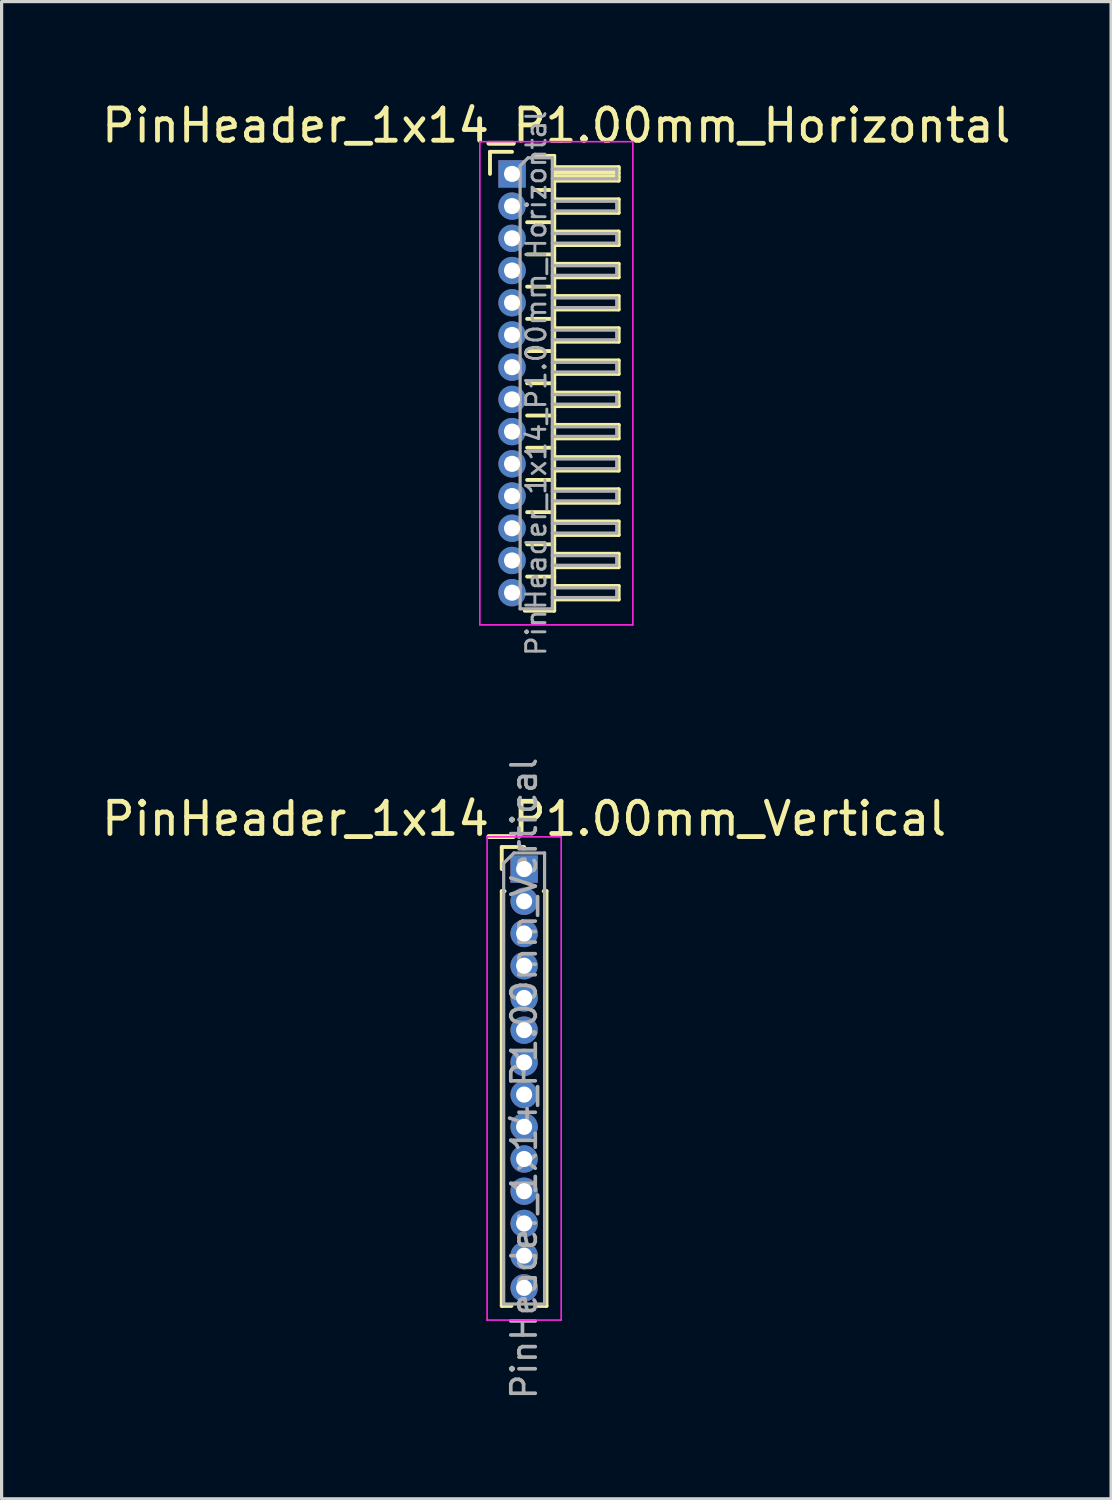
<source format=kicad_pcb>
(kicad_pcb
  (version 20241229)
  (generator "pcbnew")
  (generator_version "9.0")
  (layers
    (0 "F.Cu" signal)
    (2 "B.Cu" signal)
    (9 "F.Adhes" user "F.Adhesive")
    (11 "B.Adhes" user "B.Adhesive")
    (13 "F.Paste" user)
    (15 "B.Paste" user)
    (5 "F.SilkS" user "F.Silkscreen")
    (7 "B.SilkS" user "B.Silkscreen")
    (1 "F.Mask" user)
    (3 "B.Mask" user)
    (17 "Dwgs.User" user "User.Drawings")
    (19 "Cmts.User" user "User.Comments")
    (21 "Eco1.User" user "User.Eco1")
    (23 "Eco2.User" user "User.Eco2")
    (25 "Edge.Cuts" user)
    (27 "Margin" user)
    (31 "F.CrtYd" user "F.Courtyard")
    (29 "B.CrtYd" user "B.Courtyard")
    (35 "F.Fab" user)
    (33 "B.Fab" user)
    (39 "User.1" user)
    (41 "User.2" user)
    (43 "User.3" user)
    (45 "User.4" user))
  (footprint "PinHeader_1x14_P1.00mm_Horizontal"
    (layer "F.Cu")
    (at 12.845 2.348)
    (property "Reference" "PinHeader_1x14_P1.00mm_Horizontal" (at 1.375 -1.5 0) (layer "F.SilkS") (effects (font (size 1 1) (thickness 0.15))))
    (attr through_hole)
    (fp_line (start -0.685 -0.685) (end 0 -0.685) (stroke (width 0.12) (type solid)) (layer "F.SilkS"))
    (fp_line (start -0.685 0) (end -0.685 -0.685) (stroke (width 0.12) (type solid)) (layer "F.SilkS"))
    (fp_line (start 0.468 1.5) (end 1.31 1.5) (stroke (width 0.12) (type solid)) (layer "F.SilkS"))
    (fp_line (start 0.468 2.5) (end 1.31 2.5) (stroke (width 0.12) (type solid)) (layer "F.SilkS"))
    (fp_line (start 0.468 3.5) (end 1.31 3.5) (stroke (width 0.12) (type solid)) (layer "F.SilkS"))
    (fp_line (start 0.468 4.5) (end 1.31 4.5) (stroke (width 0.12) (type solid)) (layer "F.SilkS"))
    (fp_line (start 0.468 5.5) (end 1.31 5.5) (stroke (width 0.12) (type solid)) (layer "F.SilkS"))
    (fp_line (start 0.468 6.5) (end 1.31 6.5) (stroke (width 0.12) (type solid)) (layer "F.SilkS"))
    (fp_line (start 0.468 7.5) (end 1.31 7.5) (stroke (width 0.12) (type solid)) (layer "F.SilkS"))
    (fp_line (start 0.468 8.5) (end 1.31 8.5) (stroke (width 0.12) (type solid)) (layer "F.SilkS"))
    (fp_line (start 0.468 9.5) (end 1.31 9.5) (stroke (width 0.12) (type solid)) (layer "F.SilkS"))
    (fp_line (start 0.468 10.5) (end 1.31 10.5) (stroke (width 0.12) (type solid)) (layer "F.SilkS"))
    (fp_line (start 0.468 11.5) (end 1.31 11.5) (stroke (width 0.12) (type solid)) (layer "F.SilkS"))
    (fp_line (start 0.468 12.5) (end 1.31 12.5) (stroke (width 0.12) (type solid)) (layer "F.SilkS"))
    (fp_line (start 0.685 -0.56) (end 1.31 -0.56) (stroke (width 0.12) (type solid)) (layer "F.SilkS"))
    (fp_line (start 0.685 0.5) (end 1.31 0.5) (stroke (width 0.12) (type solid)) (layer "F.SilkS"))
    (fp_line (start 1.31 -0.56) (end 1.31 13.56) (stroke (width 0.12) (type solid)) (layer "F.SilkS"))
    (fp_line (start 1.31 -0.21) (end 3.31 -0.21) (stroke (width 0.12) (type solid)) (layer "F.SilkS"))
    (fp_line (start 1.31 -0.15) (end 3.31 -0.15) (stroke (width 0.12) (type solid)) (layer "F.SilkS"))
    (fp_line (start 1.31 -0.03) (end 3.31 -0.03) (stroke (width 0.12) (type solid)) (layer "F.SilkS"))
    (fp_line (start 1.31 0.09) (end 3.31 0.09) (stroke (width 0.12) (type solid)) (layer "F.SilkS"))
    (fp_line (start 1.31 0.79) (end 3.31 0.79) (stroke (width 0.12) (type solid)) (layer "F.SilkS"))
    (fp_line (start 1.31 1.79) (end 3.31 1.79) (stroke (width 0.12) (type solid)) (layer "F.SilkS"))
    (fp_line (start 1.31 2.79) (end 3.31 2.79) (stroke (width 0.12) (type solid)) (layer "F.SilkS"))
    (fp_line (start 1.31 3.79) (end 3.31 3.79) (stroke (width 0.12) (type solid)) (layer "F.SilkS"))
    (fp_line (start 1.31 4.79) (end 3.31 4.79) (stroke (width 0.12) (type solid)) (layer "F.SilkS"))
    (fp_line (start 1.31 5.79) (end 3.31 5.79) (stroke (width 0.12) (type solid)) (layer "F.SilkS"))
    (fp_line (start 1.31 6.79) (end 3.31 6.79) (stroke (width 0.12) (type solid)) (layer "F.SilkS"))
    (fp_line (start 1.31 7.79) (end 3.31 7.79) (stroke (width 0.12) (type solid)) (layer "F.SilkS"))
    (fp_line (start 1.31 8.79) (end 3.31 8.79) (stroke (width 0.12) (type solid)) (layer "F.SilkS"))
    (fp_line (start 1.31 9.79) (end 3.31 9.79) (stroke (width 0.12) (type solid)) (layer "F.SilkS"))
    (fp_line (start 1.31 10.79) (end 3.31 10.79) (stroke (width 0.12) (type solid)) (layer "F.SilkS"))
    (fp_line (start 1.31 11.79) (end 3.31 11.79) (stroke (width 0.12) (type solid)) (layer "F.SilkS"))
    (fp_line (start 1.31 12.79) (end 3.31 12.79) (stroke (width 0.12) (type solid)) (layer "F.SilkS"))
    (fp_line (start 1.31 13.56) (end 0.394 13.56) (stroke (width 0.12) (type solid)) (layer "F.SilkS"))
    (fp_line (start 3.31 -0.21) (end 3.31 0.21) (stroke (width 0.12) (type solid)) (layer "F.SilkS"))
    (fp_line (start 3.31 0.21) (end 1.31 0.21) (stroke (width 0.12) (type solid)) (layer "F.SilkS"))
    (fp_line (start 3.31 0.79) (end 3.31 1.21) (stroke (width 0.12) (type solid)) (layer "F.SilkS"))
    (fp_line (start 3.31 1.21) (end 1.31 1.21) (stroke (width 0.12) (type solid)) (layer "F.SilkS"))
    (fp_line (start 3.31 1.79) (end 3.31 2.21) (stroke (width 0.12) (type solid)) (layer "F.SilkS"))
    (fp_line (start 3.31 2.21) (end 1.31 2.21) (stroke (width 0.12) (type solid)) (layer "F.SilkS"))
    (fp_line (start 3.31 2.79) (end 3.31 3.21) (stroke (width 0.12) (type solid)) (layer "F.SilkS"))
    (fp_line (start 3.31 3.21) (end 1.31 3.21) (stroke (width 0.12) (type solid)) (layer "F.SilkS"))
    (fp_line (start 3.31 3.79) (end 3.31 4.21) (stroke (width 0.12) (type solid)) (layer "F.SilkS"))
    (fp_line (start 3.31 4.21) (end 1.31 4.21) (stroke (width 0.12) (type solid)) (layer "F.SilkS"))
    (fp_line (start 3.31 4.79) (end 3.31 5.21) (stroke (width 0.12) (type solid)) (layer "F.SilkS"))
    (fp_line (start 3.31 5.21) (end 1.31 5.21) (stroke (width 0.12) (type solid)) (layer "F.SilkS"))
    (fp_line (start 3.31 5.79) (end 3.31 6.21) (stroke (width 0.12) (type solid)) (layer "F.SilkS"))
    (fp_line (start 3.31 6.21) (end 1.31 6.21) (stroke (width 0.12) (type solid)) (layer "F.SilkS"))
    (fp_line (start 3.31 6.79) (end 3.31 7.21) (stroke (width 0.12) (type solid)) (layer "F.SilkS"))
    (fp_line (start 3.31 7.21) (end 1.31 7.21) (stroke (width 0.12) (type solid)) (layer "F.SilkS"))
    (fp_line (start 3.31 7.79) (end 3.31 8.21) (stroke (width 0.12) (type solid)) (layer "F.SilkS"))
    (fp_line (start 3.31 8.21) (end 1.31 8.21) (stroke (width 0.12) (type solid)) (layer "F.SilkS"))
    (fp_line (start 3.31 8.79) (end 3.31 9.21) (stroke (width 0.12) (type solid)) (layer "F.SilkS"))
    (fp_line (start 3.31 9.21) (end 1.31 9.21) (stroke (width 0.12) (type solid)) (layer "F.SilkS"))
    (fp_line (start 3.31 9.79) (end 3.31 10.21) (stroke (width 0.12) (type solid)) (layer "F.SilkS"))
    (fp_line (start 3.31 10.21) (end 1.31 10.21) (stroke (width 0.12) (type solid)) (layer "F.SilkS"))
    (fp_line (start 3.31 10.79) (end 3.31 11.21) (stroke (width 0.12) (type solid)) (layer "F.SilkS"))
    (fp_line (start 3.31 11.21) (end 1.31 11.21) (stroke (width 0.12) (type solid)) (layer "F.SilkS"))
    (fp_line (start 3.31 11.79) (end 3.31 12.21) (stroke (width 0.12) (type solid)) (layer "F.SilkS"))
    (fp_line (start 3.31 12.21) (end 1.31 12.21) (stroke (width 0.12) (type solid)) (layer "F.SilkS"))
    (fp_line (start 3.31 12.79) (end 3.31 13.21) (stroke (width 0.12) (type solid)) (layer "F.SilkS"))
    (fp_line (start 3.31 13.21) (end 1.31 13.21) (stroke (width 0.12) (type solid)) (layer "F.SilkS"))
    (fp_line (start -1 -1) (end -1 14) (stroke (width 0.05) (type solid)) (layer "F.CrtYd"))
    (fp_line (start -1 14) (end 3.75 14) (stroke (width 0.05) (type solid)) (layer "F.CrtYd"))
    (fp_line (start 3.75 -1) (end -1 -1) (stroke (width 0.05) (type solid)) (layer "F.CrtYd"))
    (fp_line (start 3.75 14) (end 3.75 -1) (stroke (width 0.05) (type solid)) (layer "F.CrtYd"))
    (fp_line (start -0.15 -0.15) (end -0.15 0.15) (stroke (width 0.1) (type solid)) (layer "F.Fab"))
    (fp_line (start -0.15 -0.15) (end 0.25 -0.15) (stroke (width 0.1) (type solid)) (layer "F.Fab"))
    (fp_line (start -0.15 0.15) (end 0.25 0.15) (stroke (width 0.1) (type solid)) (layer "F.Fab"))
    (fp_line (start -0.15 0.85) (end -0.15 1.15) (stroke (width 0.1) (type solid)) (layer "F.Fab"))
    (fp_line (start -0.15 0.85) (end 0.25 0.85) (stroke (width 0.1) (type solid)) (layer "F.Fab"))
    (fp_line (start -0.15 1.15) (end 0.25 1.15) (stroke (width 0.1) (type solid)) (layer "F.Fab"))
    (fp_line (start -0.15 1.85) (end -0.15 2.15) (stroke (width 0.1) (type solid)) (layer "F.Fab"))
    (fp_line (start -0.15 1.85) (end 0.25 1.85) (stroke (width 0.1) (type solid)) (layer "F.Fab"))
    (fp_line (start -0.15 2.15) (end 0.25 2.15) (stroke (width 0.1) (type solid)) (layer "F.Fab"))
    (fp_line (start -0.15 2.85) (end -0.15 3.15) (stroke (width 0.1) (type solid)) (layer "F.Fab"))
    (fp_line (start -0.15 2.85) (end 0.25 2.85) (stroke (width 0.1) (type solid)) (layer "F.Fab"))
    (fp_line (start -0.15 3.15) (end 0.25 3.15) (stroke (width 0.1) (type solid)) (layer "F.Fab"))
    (fp_line (start -0.15 3.85) (end -0.15 4.15) (stroke (width 0.1) (type solid)) (layer "F.Fab"))
    (fp_line (start -0.15 3.85) (end 0.25 3.85) (stroke (width 0.1) (type solid)) (layer "F.Fab"))
    (fp_line (start -0.15 4.15) (end 0.25 4.15) (stroke (width 0.1) (type solid)) (layer "F.Fab"))
    (fp_line (start -0.15 4.85) (end -0.15 5.15) (stroke (width 0.1) (type solid)) (layer "F.Fab"))
    (fp_line (start -0.15 4.85) (end 0.25 4.85) (stroke (width 0.1) (type solid)) (layer "F.Fab"))
    (fp_line (start -0.15 5.15) (end 0.25 5.15) (stroke (width 0.1) (type solid)) (layer "F.Fab"))
    (fp_line (start -0.15 5.85) (end -0.15 6.15) (stroke (width 0.1) (type solid)) (layer "F.Fab"))
    (fp_line (start -0.15 5.85) (end 0.25 5.85) (stroke (width 0.1) (type solid)) (layer "F.Fab"))
    (fp_line (start -0.15 6.15) (end 0.25 6.15) (stroke (width 0.1) (type solid)) (layer "F.Fab"))
    (fp_line (start -0.15 6.85) (end -0.15 7.15) (stroke (width 0.1) (type solid)) (layer "F.Fab"))
    (fp_line (start -0.15 6.85) (end 0.25 6.85) (stroke (width 0.1) (type solid)) (layer "F.Fab"))
    (fp_line (start -0.15 7.15) (end 0.25 7.15) (stroke (width 0.1) (type solid)) (layer "F.Fab"))
    (fp_line (start -0.15 7.85) (end -0.15 8.15) (stroke (width 0.1) (type solid)) (layer "F.Fab"))
    (fp_line (start -0.15 7.85) (end 0.25 7.85) (stroke (width 0.1) (type solid)) (layer "F.Fab"))
    (fp_line (start -0.15 8.15) (end 0.25 8.15) (stroke (width 0.1) (type solid)) (layer "F.Fab"))
    (fp_line (start -0.15 8.85) (end -0.15 9.15) (stroke (width 0.1) (type solid)) (layer "F.Fab"))
    (fp_line (start -0.15 8.85) (end 0.25 8.85) (stroke (width 0.1) (type solid)) (layer "F.Fab"))
    (fp_line (start -0.15 9.15) (end 0.25 9.15) (stroke (width 0.1) (type solid)) (layer "F.Fab"))
    (fp_line (start -0.15 9.85) (end -0.15 10.15) (stroke (width 0.1) (type solid)) (layer "F.Fab"))
    (fp_line (start -0.15 9.85) (end 0.25 9.85) (stroke (width 0.1) (type solid)) (layer "F.Fab"))
    (fp_line (start -0.15 10.15) (end 0.25 10.15) (stroke (width 0.1) (type solid)) (layer "F.Fab"))
    (fp_line (start -0.15 10.85) (end -0.15 11.15) (stroke (width 0.1) (type solid)) (layer "F.Fab"))
    (fp_line (start -0.15 10.85) (end 0.25 10.85) (stroke (width 0.1) (type solid)) (layer "F.Fab"))
    (fp_line (start -0.15 11.15) (end 0.25 11.15) (stroke (width 0.1) (type solid)) (layer "F.Fab"))
    (fp_line (start -0.15 11.85) (end -0.15 12.15) (stroke (width 0.1) (type solid)) (layer "F.Fab"))
    (fp_line (start -0.15 11.85) (end 0.25 11.85) (stroke (width 0.1) (type solid)) (layer "F.Fab"))
    (fp_line (start -0.15 12.15) (end 0.25 12.15) (stroke (width 0.1) (type solid)) (layer "F.Fab"))
    (fp_line (start -0.15 12.85) (end -0.15 13.15) (stroke (width 0.1) (type solid)) (layer "F.Fab"))
    (fp_line (start -0.15 12.85) (end 0.25 12.85) (stroke (width 0.1) (type solid)) (layer "F.Fab"))
    (fp_line (start -0.15 13.15) (end 0.25 13.15) (stroke (width 0.1) (type solid)) (layer "F.Fab"))
    (fp_line (start 0.25 -0.25) (end 0.5 -0.5) (stroke (width 0.1) (type solid)) (layer "F.Fab"))
    (fp_line (start 0.25 13.5) (end 0.25 -0.25) (stroke (width 0.1) (type solid)) (layer "F.Fab"))
    (fp_line (start 0.5 -0.5) (end 1.25 -0.5) (stroke (width 0.1) (type solid)) (layer "F.Fab"))
    (fp_line (start 1.25 -0.5) (end 1.25 13.5) (stroke (width 0.1) (type solid)) (layer "F.Fab"))
    (fp_line (start 1.25 -0.15) (end 3.25 -0.15) (stroke (width 0.1) (type solid)) (layer "F.Fab"))
    (fp_line (start 1.25 0.15) (end 3.25 0.15) (stroke (width 0.1) (type solid)) (layer "F.Fab"))
    (fp_line (start 1.25 0.85) (end 3.25 0.85) (stroke (width 0.1) (type solid)) (layer "F.Fab"))
    (fp_line (start 1.25 1.15) (end 3.25 1.15) (stroke (width 0.1) (type solid)) (layer "F.Fab"))
    (fp_line (start 1.25 1.85) (end 3.25 1.85) (stroke (width 0.1) (type solid)) (layer "F.Fab"))
    (fp_line (start 1.25 2.15) (end 3.25 2.15) (stroke (width 0.1) (type solid)) (layer "F.Fab"))
    (fp_line (start 1.25 2.85) (end 3.25 2.85) (stroke (width 0.1) (type solid)) (layer "F.Fab"))
    (fp_line (start 1.25 3.15) (end 3.25 3.15) (stroke (width 0.1) (type solid)) (layer "F.Fab"))
    (fp_line (start 1.25 3.85) (end 3.25 3.85) (stroke (width 0.1) (type solid)) (layer "F.Fab"))
    (fp_line (start 1.25 4.15) (end 3.25 4.15) (stroke (width 0.1) (type solid)) (layer "F.Fab"))
    (fp_line (start 1.25 4.85) (end 3.25 4.85) (stroke (width 0.1) (type solid)) (layer "F.Fab"))
    (fp_line (start 1.25 5.15) (end 3.25 5.15) (stroke (width 0.1) (type solid)) (layer "F.Fab"))
    (fp_line (start 1.25 5.85) (end 3.25 5.85) (stroke (width 0.1) (type solid)) (layer "F.Fab"))
    (fp_line (start 1.25 6.15) (end 3.25 6.15) (stroke (width 0.1) (type solid)) (layer "F.Fab"))
    (fp_line (start 1.25 6.85) (end 3.25 6.85) (stroke (width 0.1) (type solid)) (layer "F.Fab"))
    (fp_line (start 1.25 7.15) (end 3.25 7.15) (stroke (width 0.1) (type solid)) (layer "F.Fab"))
    (fp_line (start 1.25 7.85) (end 3.25 7.85) (stroke (width 0.1) (type solid)) (layer "F.Fab"))
    (fp_line (start 1.25 8.15) (end 3.25 8.15) (stroke (width 0.1) (type solid)) (layer "F.Fab"))
    (fp_line (start 1.25 8.85) (end 3.25 8.85) (stroke (width 0.1) (type solid)) (layer "F.Fab"))
    (fp_line (start 1.25 9.15) (end 3.25 9.15) (stroke (width 0.1) (type solid)) (layer "F.Fab"))
    (fp_line (start 1.25 9.85) (end 3.25 9.85) (stroke (width 0.1) (type solid)) (layer "F.Fab"))
    (fp_line (start 1.25 10.15) (end 3.25 10.15) (stroke (width 0.1) (type solid)) (layer "F.Fab"))
    (fp_line (start 1.25 10.85) (end 3.25 10.85) (stroke (width 0.1) (type solid)) (layer "F.Fab"))
    (fp_line (start 1.25 11.15) (end 3.25 11.15) (stroke (width 0.1) (type solid)) (layer "F.Fab"))
    (fp_line (start 1.25 11.85) (end 3.25 11.85) (stroke (width 0.1) (type solid)) (layer "F.Fab"))
    (fp_line (start 1.25 12.15) (end 3.25 12.15) (stroke (width 0.1) (type solid)) (layer "F.Fab"))
    (fp_line (start 1.25 12.85) (end 3.25 12.85) (stroke (width 0.1) (type solid)) (layer "F.Fab"))
    (fp_line (start 1.25 13.15) (end 3.25 13.15) (stroke (width 0.1) (type solid)) (layer "F.Fab"))
    (fp_line (start 1.25 13.5) (end 0.25 13.5) (stroke (width 0.1) (type solid)) (layer "F.Fab"))
    (fp_line (start 3.25 -0.15) (end 3.25 0.15) (stroke (width 0.1) (type solid)) (layer "F.Fab"))
    (fp_line (start 3.25 0.85) (end 3.25 1.15) (stroke (width 0.1) (type solid)) (layer "F.Fab"))
    (fp_line (start 3.25 1.85) (end 3.25 2.15) (stroke (width 0.1) (type solid)) (layer "F.Fab"))
    (fp_line (start 3.25 2.85) (end 3.25 3.15) (stroke (width 0.1) (type solid)) (layer "F.Fab"))
    (fp_line (start 3.25 3.85) (end 3.25 4.15) (stroke (width 0.1) (type solid)) (layer "F.Fab"))
    (fp_line (start 3.25 4.85) (end 3.25 5.15) (stroke (width 0.1) (type solid)) (layer "F.Fab"))
    (fp_line (start 3.25 5.85) (end 3.25 6.15) (stroke (width 0.1) (type solid)) (layer "F.Fab"))
    (fp_line (start 3.25 6.85) (end 3.25 7.15) (stroke (width 0.1) (type solid)) (layer "F.Fab"))
    (fp_line (start 3.25 7.85) (end 3.25 8.15) (stroke (width 0.1) (type solid)) (layer "F.Fab"))
    (fp_line (start 3.25 8.85) (end 3.25 9.15) (stroke (width 0.1) (type solid)) (layer "F.Fab"))
    (fp_line (start 3.25 9.85) (end 3.25 10.15) (stroke (width 0.1) (type solid)) (layer "F.Fab"))
    (fp_line (start 3.25 10.85) (end 3.25 11.15) (stroke (width 0.1) (type solid)) (layer "F.Fab"))
    (fp_line (start 3.25 11.85) (end 3.25 12.15) (stroke (width 0.1) (type solid)) (layer "F.Fab"))
    (fp_line (start 3.25 12.85) (end 3.25 13.15) (stroke (width 0.1) (type solid)) (layer "F.Fab"))
    (fp_text user "${REFERENCE}" (at 0.75 6.5 90) (layer "F.Fab") (effects (font (size 0.6 0.6) (thickness 0.09))))
    (pad "1" thru_hole rect (at 0 0) (size 0.85 0.85) (drill 0.5) (layers "*.Cu" "*.Mask"))
    (pad "2" thru_hole oval (at 0 1) (size 0.85 0.85) (drill 0.5) (layers "*.Cu" "*.Mask"))
    (pad "3" thru_hole oval (at 0 2) (size 0.85 0.85) (drill 0.5) (layers "*.Cu" "*.Mask"))
    (pad "4" thru_hole oval (at 0 3) (size 0.85 0.85) (drill 0.5) (layers "*.Cu" "*.Mask"))
    (pad "5" thru_hole oval (at 0 4) (size 0.85 0.85) (drill 0.5) (layers "*.Cu" "*.Mask"))
    (pad "6" thru_hole oval (at 0 5) (size 0.85 0.85) (drill 0.5) (layers "*.Cu" "*.Mask"))
    (pad "7" thru_hole oval (at 0 6) (size 0.85 0.85) (drill 0.5) (layers "*.Cu" "*.Mask"))
    (pad "8" thru_hole oval (at 0 7) (size 0.85 0.85) (drill 0.5) (layers "*.Cu" "*.Mask"))
    (pad "9" thru_hole oval (at 0 8) (size 0.85 0.85) (drill 0.5) (layers "*.Cu" "*.Mask"))
    (pad "10" thru_hole oval (at 0 9) (size 0.85 0.85) (drill 0.5) (layers "*.Cu" "*.Mask"))
    (pad "11" thru_hole oval (at 0 10) (size 0.85 0.85) (drill 0.5) (layers "*.Cu" "*.Mask"))
    (pad "12" thru_hole oval (at 0 11) (size 0.85 0.85) (drill 0.5) (layers "*.Cu" "*.Mask"))
    (pad "13" thru_hole oval (at 0 12) (size 0.85 0.85) (drill 0.5) (layers "*.Cu" "*.Mask"))
    (pad "14" thru_hole oval (at 0 13) (size 0.85 0.85) (drill 0.5) (layers "*.Cu" "*.Mask")))
  (footprint "PinHeader_1x14_P1.00mm_Vertical"
    (layer "F.Cu")
    (at 13.22 23.928)
    (property "Reference" "PinHeader_1x14_P1.00mm_Vertical" (at 0 -1.56 0) (layer "F.SilkS") (effects (font (size 1 1) (thickness 0.15))))
    (attr through_hole)
    (fp_line (start -0.695 -0.685) (end 0 -0.685) (stroke (width 0.12) (type solid)) (layer "F.SilkS"))
    (fp_line (start -0.695 0) (end -0.695 -0.685) (stroke (width 0.12) (type solid)) (layer "F.SilkS"))
    (fp_line (start -0.695 0.685) (end -0.695 13.56) (stroke (width 0.12) (type solid)) (layer "F.SilkS"))
    (fp_line (start -0.695 0.685) (end -0.608 0.685) (stroke (width 0.12) (type solid)) (layer "F.SilkS"))
    (fp_line (start -0.695 13.56) (end -0.394 13.56) (stroke (width 0.12) (type solid)) (layer "F.SilkS"))
    (fp_line (start 0.394 13.56) (end 0.695 13.56) (stroke (width 0.12) (type solid)) (layer "F.SilkS"))
    (fp_line (start 0.608 0.685) (end 0.695 0.685) (stroke (width 0.12) (type solid)) (layer "F.SilkS"))
    (fp_line (start 0.695 0.685) (end 0.695 13.56) (stroke (width 0.12) (type solid)) (layer "F.SilkS"))
    (fp_line (start -1.15 -1) (end -1.15 14) (stroke (width 0.05) (type solid)) (layer "F.CrtYd"))
    (fp_line (start -1.15 14) (end 1.15 14) (stroke (width 0.05) (type solid)) (layer "F.CrtYd"))
    (fp_line (start 1.15 -1) (end -1.15 -1) (stroke (width 0.05) (type solid)) (layer "F.CrtYd"))
    (fp_line (start 1.15 14) (end 1.15 -1) (stroke (width 0.05) (type solid)) (layer "F.CrtYd"))
    (fp_line (start -0.635 -0.182) (end -0.318 -0.5) (stroke (width 0.1) (type solid)) (layer "F.Fab"))
    (fp_line (start -0.635 13.5) (end -0.635 -0.182) (stroke (width 0.1) (type solid)) (layer "F.Fab"))
    (fp_line (start -0.318 -0.5) (end 0.635 -0.5) (stroke (width 0.1) (type solid)) (layer "F.Fab"))
    (fp_line (start 0.635 -0.5) (end 0.635 13.5) (stroke (width 0.1) (type solid)) (layer "F.Fab"))
    (fp_line (start 0.635 13.5) (end -0.635 13.5) (stroke (width 0.1) (type solid)) (layer "F.Fab"))
    (fp_text user "${REFERENCE}" (at 0 6.5 90) (layer "F.Fab") (effects (font (size 0.76 0.76) (thickness 0.114))))
    (pad "1" thru_hole rect (at 0 0) (size 0.85 0.85) (drill 0.5) (layers "*.Cu" "*.Mask"))
    (pad "2" thru_hole oval (at 0 1) (size 0.85 0.85) (drill 0.5) (layers "*.Cu" "*.Mask"))
    (pad "3" thru_hole oval (at 0 2) (size 0.85 0.85) (drill 0.5) (layers "*.Cu" "*.Mask"))
    (pad "4" thru_hole oval (at 0 3) (size 0.85 0.85) (drill 0.5) (layers "*.Cu" "*.Mask"))
    (pad "5" thru_hole oval (at 0 4) (size 0.85 0.85) (drill 0.5) (layers "*.Cu" "*.Mask"))
    (pad "6" thru_hole oval (at 0 5) (size 0.85 0.85) (drill 0.5) (layers "*.Cu" "*.Mask"))
    (pad "7" thru_hole oval (at 0 6) (size 0.85 0.85) (drill 0.5) (layers "*.Cu" "*.Mask"))
    (pad "8" thru_hole oval (at 0 7) (size 0.85 0.85) (drill 0.5) (layers "*.Cu" "*.Mask"))
    (pad "9" thru_hole oval (at 0 8) (size 0.85 0.85) (drill 0.5) (layers "*.Cu" "*.Mask"))
    (pad "10" thru_hole oval (at 0 9) (size 0.85 0.85) (drill 0.5) (layers "*.Cu" "*.Mask"))
    (pad "11" thru_hole oval (at 0 10) (size 0.85 0.85) (drill 0.5) (layers "*.Cu" "*.Mask"))
    (pad "12" thru_hole oval (at 0 11) (size 0.85 0.85) (drill 0.5) (layers "*.Cu" "*.Mask"))
    (pad "13" thru_hole oval (at 0 12) (size 0.85 0.85) (drill 0.5) (layers "*.Cu" "*.Mask"))
    (pad "14" thru_hole oval (at 0 13) (size 0.85 0.85) (drill 0.5) (layers "*.Cu" "*.Mask")))
  (gr_rect
    (start -3 -3)
    (end 31.44 43.475)
    (stroke (width 0.1) (type default))
    (fill no)
    (layer "Edge.Cuts")))
</source>
